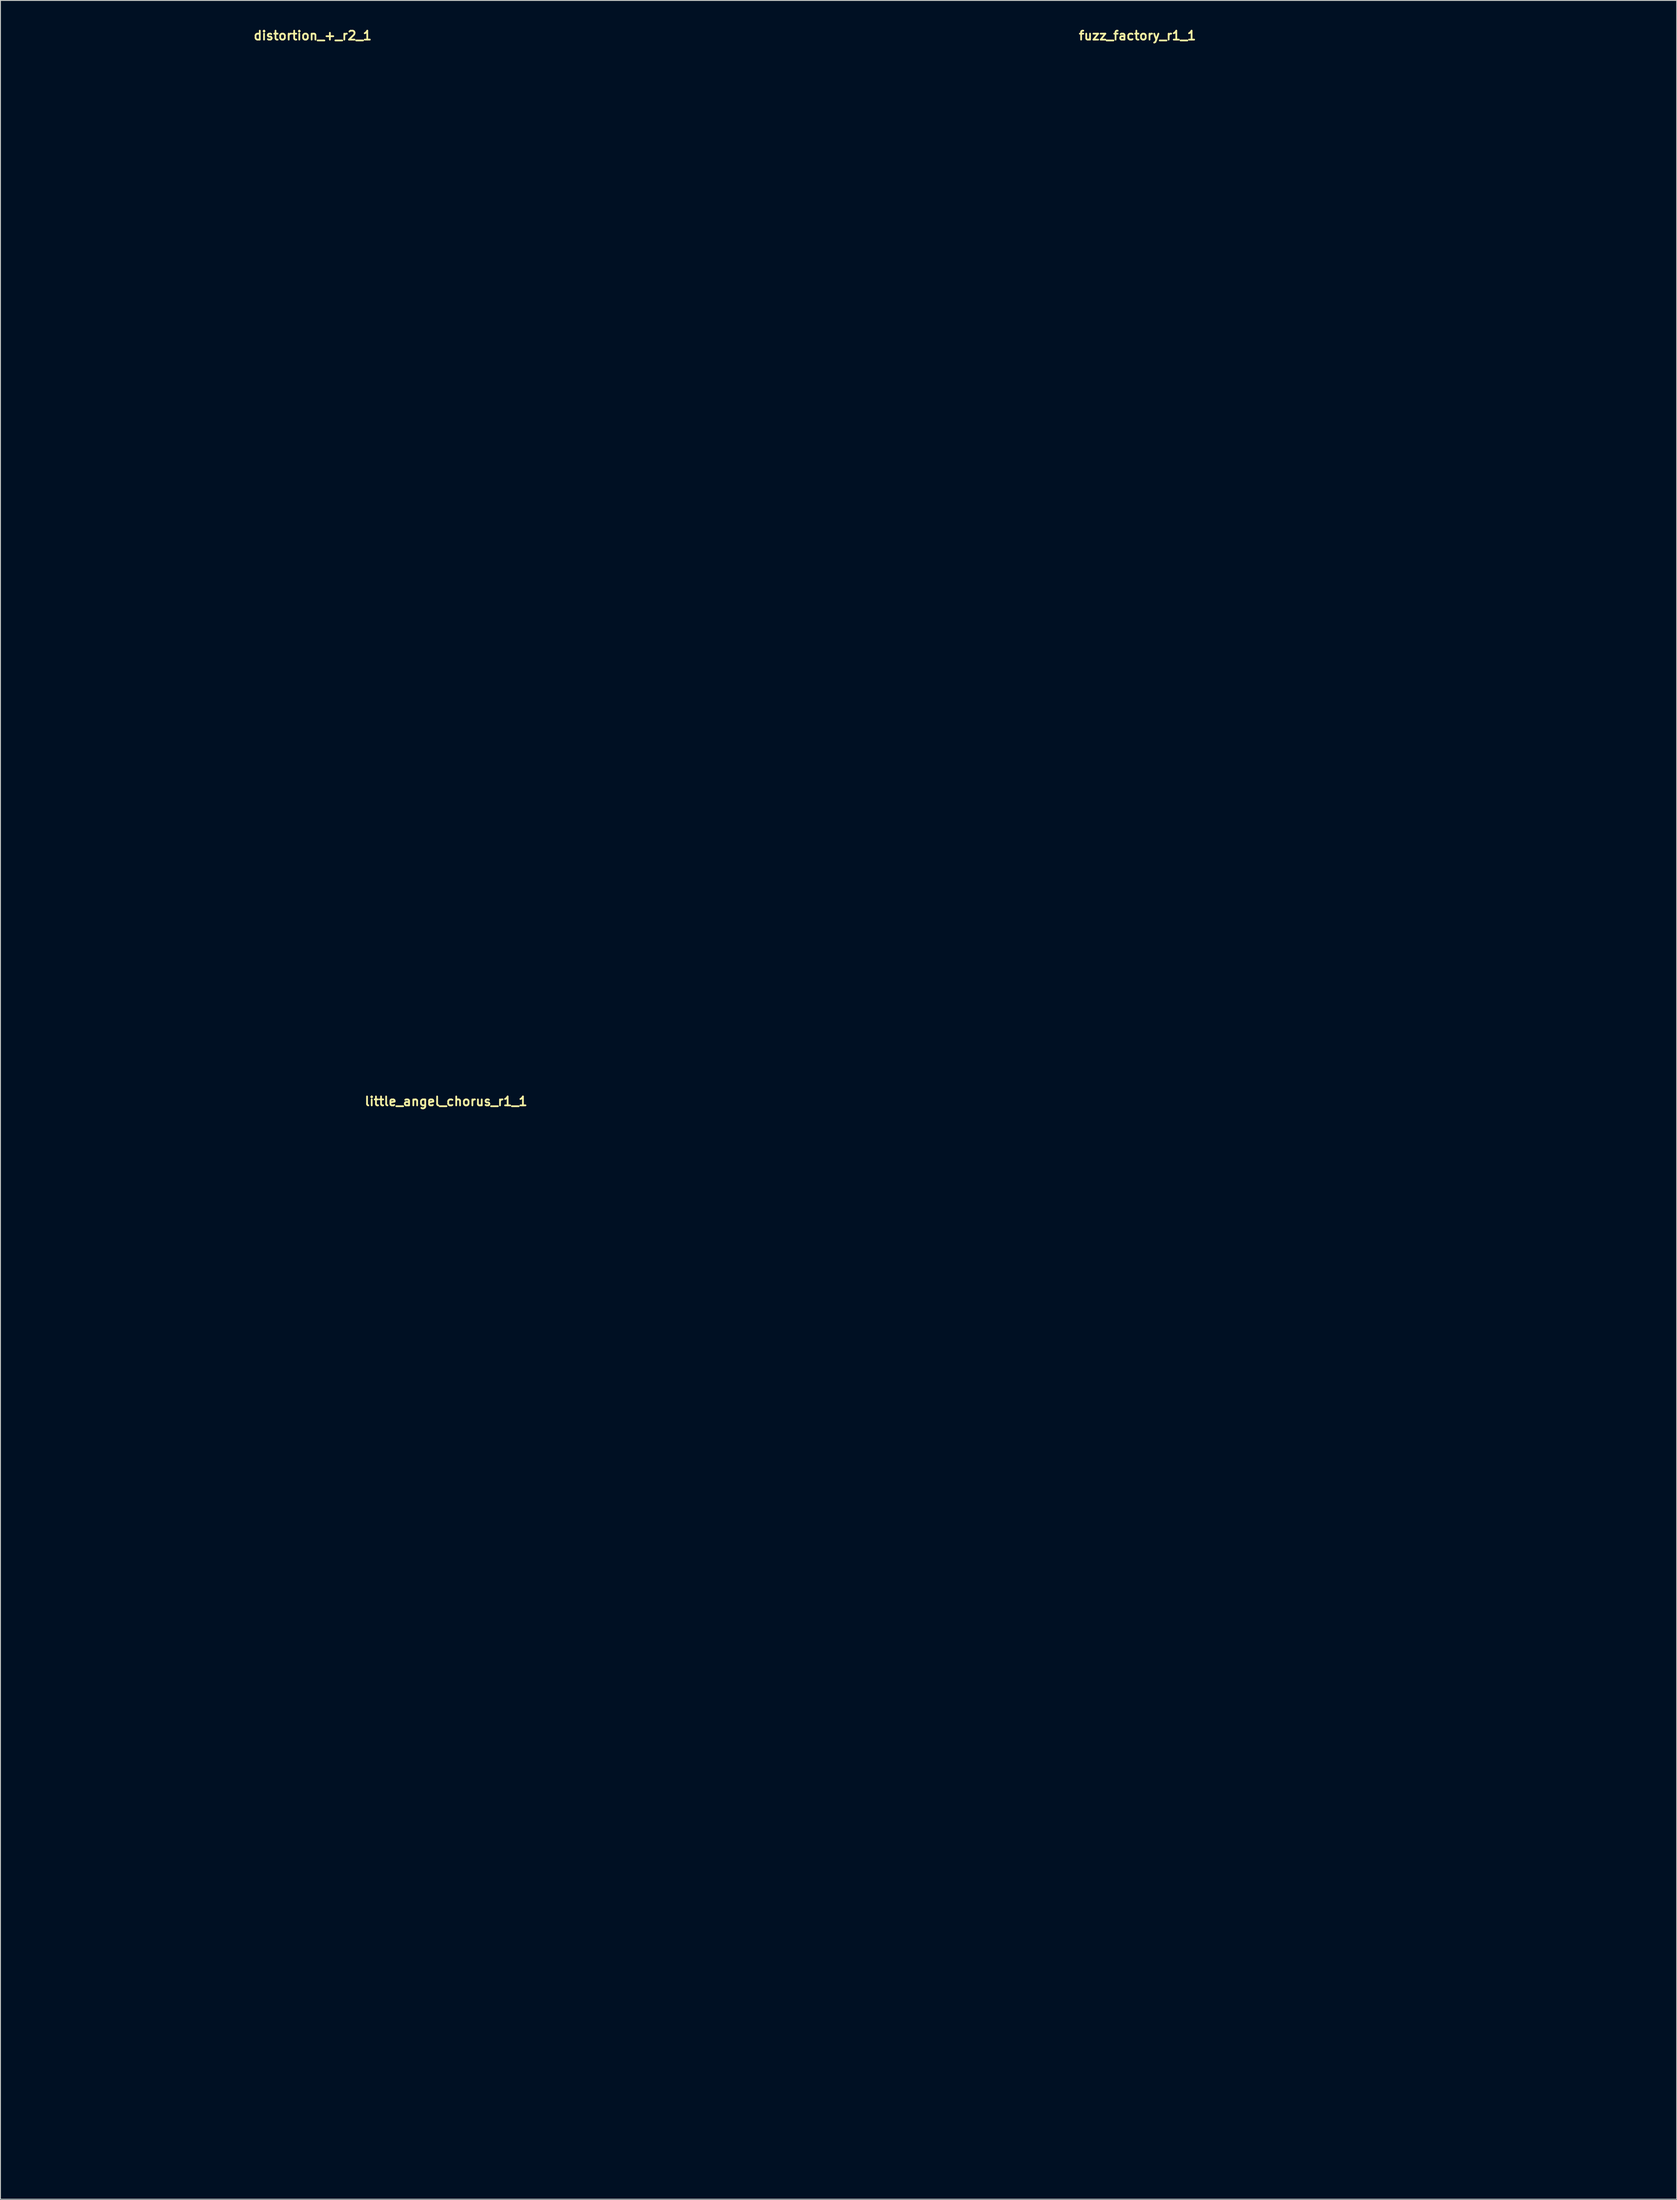
<source format=kicad_pcb>
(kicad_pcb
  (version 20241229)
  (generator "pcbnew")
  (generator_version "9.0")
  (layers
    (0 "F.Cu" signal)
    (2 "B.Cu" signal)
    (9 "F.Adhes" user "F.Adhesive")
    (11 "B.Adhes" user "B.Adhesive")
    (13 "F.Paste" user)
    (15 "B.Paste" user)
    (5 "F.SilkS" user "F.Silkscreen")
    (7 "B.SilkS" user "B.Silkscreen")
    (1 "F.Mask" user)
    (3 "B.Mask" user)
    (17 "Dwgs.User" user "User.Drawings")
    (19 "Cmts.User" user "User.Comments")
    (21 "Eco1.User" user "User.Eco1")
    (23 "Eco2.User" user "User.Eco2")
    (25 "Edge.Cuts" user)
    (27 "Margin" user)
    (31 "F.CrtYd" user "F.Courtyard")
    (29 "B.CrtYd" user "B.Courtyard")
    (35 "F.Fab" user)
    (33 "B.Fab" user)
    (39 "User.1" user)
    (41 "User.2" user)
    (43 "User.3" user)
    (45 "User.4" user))
  (footprint "little_angel_chorus_r1_1"
    (layer "F.Cu")
    (at 46.95 180.686)
    (property "Reference" "little_angel_chorus_r1_1" (at 0 -60.325 0) (layer "F.SilkS") (effects (font (size 1 1) (thickness 0.2))))
    (attr through_hole)
    (fp_line (start -46.75 -59.5) (end -46.75 59.5) (stroke (width 0.4) (type solid)) (layer "Eco1.User"))
    (fp_line (start -46.75 -59.5) (end 46.75 -59.5) (stroke (width 0.4) (type solid)) (layer "Eco1.User"))
    (fp_line (start -46.75 59.5) (end 46.75 59.5) (stroke (width 0.4) (type solid)) (layer "Eco1.User"))
    (fp_line (start -44.35 -57.1) (end -44.35 57.1) (stroke (width 0.4) (type solid)) (layer "Eco1.User"))
    (fp_line (start -44.35 -57.1) (end 44.35 -57.1) (stroke (width 0.4) (type solid)) (layer "Eco1.User"))
    (fp_line (start -44.35 57.1) (end 44.35 57.1) (stroke (width 0.4) (type solid)) (layer "Eco1.User"))
    (fp_line (start 44.35 -57.1) (end 44.35 57.1) (stroke (width 0.4) (type solid)) (layer "Eco1.User"))
    (fp_line (start 46.75 -59.5) (end 46.75 59.5) (stroke (width 0.4) (type solid)) (layer "Eco1.User"))
    (fp_circle (center -29.21 -26.51) (end -25.51 -26.51) (stroke (width 0.4) (type solid)) (fill no) (layer "Eco1.User"))
    (fp_circle (center -29.21 -26.51) (end -21.76 -26.51) (stroke (width 0.4) (type solid)) (fill no) (layer "Eco1.User"))
    (fp_circle (center -29.21 -19.01) (end -28.11 -19.01) (stroke (width 0.4) (type solid)) (fill no) (layer "Eco1.User"))
    (fp_circle (center -26.67 0) (end -20.17 0) (stroke (width 0.4) (type solid)) (fill no) (layer "Eco1.User"))
    (fp_circle (center 0 5.08) (end 2.65 5.08) (stroke (width 0.4) (type solid)) (fill no) (layer "Eco1.User"))
    (fp_circle (center 0 24.13) (end 6.5 24.13) (stroke (width 0.4) (type solid)) (fill no) (layer "Eco1.User"))
    (fp_circle (center 0 24.13) (end 9.75 24.13) (stroke (width 0.4) (type solid)) (fill no) (layer "Eco1.User"))
    (fp_circle (center 26.67 0) (end 33.17 0) (stroke (width 0.4) (type solid)) (fill no) (layer "Eco1.User"))
    (fp_circle (center 29.21 -26.51) (end 32.91 -26.51) (stroke (width 0.4) (type solid)) (fill no) (layer "Eco1.User"))
    (fp_circle (center 29.21 -26.51) (end 36.66 -26.51) (stroke (width 0.4) (type solid)) (fill no) (layer "Eco1.User"))
    (fp_circle (center 29.21 -19.01) (end 30.31 -19.01) (stroke (width 0.4) (type solid)) (fill no) (layer "Eco1.User"))
    (fp_line (start -46.75 -59.5) (end -46.75 59.5) (stroke (width 0.4) (type solid)) (layer "Eco2.User"))
    (fp_line (start -46.75 -59.5) (end 46.75 -59.5) (stroke (width 0.4) (type solid)) (layer "Eco2.User"))
    (fp_line (start -46.75 59.5) (end 46.75 59.5) (stroke (width 0.4) (type solid)) (layer "Eco2.User"))
    (fp_line (start 46.75 -59.5) (end 46.75 59.5) (stroke (width 0.4) (type solid)) (layer "Eco2.User"))
    (fp_text user "VIBE" (at -26.67 10.16 0) (unlocked yes) (layer "Eco2.User") (effects (font (size 3 3) (thickness 0.5))))
    (fp_text user "-ТТКРЧПДЛ-\nLITTLE ANGEL CHORUS\nREV. 1" (at 0 45.72 0) (unlocked yes) (layer "Eco2.User") (effects (font (size 3 3) (thickness 0.5))))
    (fp_text user "IN→" (at 41.91 24.13 0) (unlocked yes) (layer "Eco2.User") (effects (font (size 3 3) (thickness 0.5)) (justify right)))
    (fp_text user "SPACE/WARBLE" (at 26.67 -10.16 0) (unlocked yes) (layer "Eco2.User") (effects (font (size 3 3) (thickness 0.5))))
    (fp_text user "CHORUS" (at -26.67 -10.16 0) (unlocked yes) (layer "Eco2.User") (effects (font (size 3 3) (thickness 0.5))))
    (fp_text user "↑9V↑" (at 0 -52.705 0) (unlocked yes) (layer "Eco2.User") (effects (font (size 3 3) (thickness 0.5))))
    (fp_text user "NORMAL" (at 26.67 10.16 0) (unlocked yes) (layer "Eco2.User") (effects (font (size 3 3) (thickness 0.5))))
    (fp_text user "SPEED" (at 29.21 -37.465 0) (unlocked yes) (layer "Eco2.User") (effects (font (size 3 3) (thickness 0.5))))
    (fp_text user "←OUT" (at -41.91 24.13 0) (unlocked yes) (layer "Eco2.User") (effects (font (size 3 3) (thickness 0.5)) (justify left)))
    (fp_text user "DEPTH" (at -29.21 -37.465 0) (unlocked yes) (layer "Eco2.User") (effects (font (size 3 3) (thickness 0.5)))))
  (footprint "distortion_+_r2_1"
    (layer "F.Cu")
    (at 32 58.975)
    (property "Reference" "distortion_+_r2_1" (at 0 -58.039 0) (layer "F.SilkS") (effects (font (size 1 1) (thickness 0.2))))
    (attr through_hole)
    (fp_line (start -31.8 -57.25) (end -31.8 57.25) (stroke (width 0.4) (type solid)) (layer "Eco1.User"))
    (fp_line (start -31.8 -57.25) (end 31.8 -57.25) (stroke (width 0.4) (type solid)) (layer "Eco1.User"))
    (fp_line (start -31.8 57.25) (end 31.8 57.25) (stroke (width 0.4) (type solid)) (layer "Eco1.User"))
    (fp_line (start -30.45 -55.75) (end -30.45 55.75) (stroke (width 0.4) (type solid)) (layer "Eco1.User"))
    (fp_line (start -30.45 -55.75) (end 30.45 -55.75) (stroke (width 0.4) (type solid)) (layer "Eco1.User"))
    (fp_line (start -30.45 55.75) (end 30.45 55.75) (stroke (width 0.4) (type solid)) (layer "Eco1.User"))
    (fp_line (start 30.45 -55.75) (end 30.45 55.75) (stroke (width 0.4) (type solid)) (layer "Eco1.User"))
    (fp_line (start 31.8 -57.25) (end 31.8 57.25) (stroke (width 0.4) (type solid)) (layer "Eco1.User"))
    (fp_circle (center -16.51 -40.44) (end -12.81 -40.44) (stroke (width 0.4) (type solid)) (fill no) (layer "Eco1.User"))
    (fp_circle (center -16.51 -40.44) (end -3.96 -40.44) (stroke (width 0.4) (type solid)) (fill no) (layer "Eco1.User"))
    (fp_circle (center 0 -7.62) (end 2.65 -7.62) (stroke (width 0.4) (type solid)) (fill no) (layer "Eco1.User"))
    (fp_circle (center 0 19.05) (end 6.5 19.05) (stroke (width 0.4) (type solid)) (fill no) (layer "Eco1.User"))
    (fp_circle (center 0 19.05) (end 9.75 19.05) (stroke (width 0.4) (type solid)) (fill no) (layer "Eco1.User"))
    (fp_circle (center 16.51 -40.44) (end 20.21 -40.44) (stroke (width 0.4) (type solid)) (fill no) (layer "Eco1.User"))
    (fp_circle (center 16.51 -40.44) (end 29.06 -40.44) (stroke (width 0.4) (type solid)) (fill no) (layer "Eco1.User"))
    (fp_line (start -31.8 -57.25) (end -31.8 57.25) (stroke (width 0.4) (type solid)) (layer "Eco2.User"))
    (fp_line (start -31.8 -57.25) (end 31.8 -57.25) (stroke (width 0.4) (type solid)) (layer "Eco2.User"))
    (fp_line (start -31.8 57.25) (end 31.8 57.25) (stroke (width 0.4) (type solid)) (layer "Eco2.User"))
    (fp_line (start 31.8 -57.25) (end 31.8 57.25) (stroke (width 0.4) (type solid)) (layer "Eco2.User"))
    (fp_text user "DISTORTION" (at 16.51 -24.13 0) (unlocked yes) (layer "Eco2.User") (effects (font (size 3 3) (thickness 0.5))))
    (fp_text user "↑9V↑" (at 0 -51.435 0) (unlocked yes) (layer "Eco2.User") (effects (font (size 3 3) (thickness 0.5))))
    (fp_text user "←OUT" (at -28.575 1.27 0) (unlocked yes) (layer "Eco2.User") (effects (font (size 3 3) (thickness 0.5)) (justify left)))
    (fp_text user "IN→" (at 28.575 1.27 0) (unlocked yes) (layer "Eco2.User") (effects (font (size 3 3) (thickness 0.5)) (justify right)))
    (fp_text user "OUTPUT" (at -16.51 -24.13 0) (unlocked yes) (layer "Eco2.User") (effects (font (size 3 3) (thickness 0.5))))
    (fp_text user "-ТТКРЧПДЛ-\nDISTORTION +\nREV. 2" (at 0 42.545 0) (unlocked yes) (layer "Eco2.User") (effects (font (size 3 3) (thickness 0.5)))))
  (footprint "fuzz_factory_r1_1"
    (layer "F.Cu")
    (at 124.45 33.575)
    (property "Reference" "fuzz_factory_r1_1" (at 0 -32.639 0) (layer "F.SilkS") (effects (font (size 1 1) (thickness 0.2))))
    (attr through_hole)
    (fp_line (start -57.25 -31.8) (end -57.25 31.8) (stroke (width 0.4) (type solid)) (layer "Eco1.User"))
    (fp_line (start -57.25 -31.8) (end 57.25 -31.8) (stroke (width 0.4) (type solid)) (layer "Eco1.User"))
    (fp_line (start -57.25 31.8) (end 57.25 31.8) (stroke (width 0.4) (type solid)) (layer "Eco1.User"))
    (fp_line (start -55.75 -30.45) (end -55.75 30.45) (stroke (width 0.4) (type solid)) (layer "Eco1.User"))
    (fp_line (start -55.75 -30.45) (end 55.75 -30.45) (stroke (width 0.4) (type solid)) (layer "Eco1.User"))
    (fp_line (start -55.75 30.45) (end 55.75 30.45) (stroke (width 0.4) (type solid)) (layer "Eco1.User"))
    (fp_line (start 55.75 -30.45) (end 55.75 30.45) (stroke (width 0.4) (type solid)) (layer "Eco1.User"))
    (fp_line (start 57.25 -31.8) (end 57.25 31.8) (stroke (width 0.4) (type solid)) (layer "Eco1.User"))
    (fp_circle (center -43.18 -18.89) (end -39.48 -18.89) (stroke (width 0.4) (type solid)) (fill no) (layer "Eco1.User"))
    (fp_circle (center -43.18 -18.89) (end -35.73 -18.89) (stroke (width 0.4) (type solid)) (fill no) (layer "Eco1.User"))
    (fp_circle (center -43.18 -11.39) (end -42.08 -11.39) (stroke (width 0.4) (type solid)) (fill no) (layer "Eco1.User"))
    (fp_circle (center -43.18 -1.27) (end -40.53 -1.27) (stroke (width 0.4) (type solid)) (fill no) (layer "Eco1.User"))
    (fp_circle (center -21.59 -18.89) (end -17.89 -18.89) (stroke (width 0.4) (type solid)) (fill no) (layer "Eco1.User"))
    (fp_circle (center -21.59 -18.89) (end -14.14 -18.89) (stroke (width 0.4) (type solid)) (fill no) (layer "Eco1.User"))
    (fp_circle (center -21.59 -11.39) (end -20.49 -11.39) (stroke (width 0.4) (type solid)) (fill no) (layer "Eco1.User"))
    (fp_circle (center 0 -18.89) (end 3.7 -18.89) (stroke (width 0.4) (type solid)) (fill no) (layer "Eco1.User"))
    (fp_circle (center 0 -18.89) (end 7.45 -18.89) (stroke (width 0.4) (type solid)) (fill no) (layer "Eco1.User"))
    (fp_circle (center 0 -11.39) (end 1.1 -11.39) (stroke (width 0.4) (type solid)) (fill no) (layer "Eco1.User"))
    (fp_circle (center 0 20.32) (end 6.5 20.32) (stroke (width 0.4) (type solid)) (fill no) (layer "Eco1.User"))
    (fp_circle (center 0 20.32) (end 9.75 20.32) (stroke (width 0.4) (type solid)) (fill no) (layer "Eco1.User"))
    (fp_circle (center 21.59 -18.89) (end 25.29 -18.89) (stroke (width 0.4) (type solid)) (fill no) (layer "Eco1.User"))
    (fp_circle (center 21.59 -18.89) (end 29.04 -18.89) (stroke (width 0.4) (type solid)) (fill no) (layer "Eco1.User"))
    (fp_circle (center 21.59 -11.39) (end 22.69 -11.39) (stroke (width 0.4) (type solid)) (fill no) (layer "Eco1.User"))
    (fp_circle (center 43.18 -18.89) (end 46.88 -18.89) (stroke (width 0.4) (type solid)) (fill no) (layer "Eco1.User"))
    (fp_circle (center 43.18 -18.89) (end 50.63 -18.89) (stroke (width 0.4) (type solid)) (fill no) (layer "Eco1.User"))
    (fp_circle (center 43.18 -11.39) (end 44.28 -11.39) (stroke (width 0.4) (type solid)) (fill no) (layer "Eco1.User"))
    (fp_line (start -57.25 -31.8) (end -57.25 31.8) (stroke (width 0.4) (type solid)) (layer "Eco2.User"))
    (fp_line (start -57.25 -31.8) (end 57.25 -31.8) (stroke (width 0.4) (type solid)) (layer "Eco2.User"))
    (fp_line (start -57.25 31.8) (end 57.25 31.8) (stroke (width 0.4) (type solid)) (layer "Eco2.User"))
    (fp_line (start 57.25 -31.8) (end 57.25 31.8) (stroke (width 0.4) (type solid)) (layer "Eco2.User"))
    (fp_text user "9V→" (at 53.975 -1.27 0) (unlocked yes) (layer "Eco2.User") (effects (font (size 3 3) (thickness 0.5)) (justify right)))
    (fp_text user "IN→" (at 53.975 13.335 0) (unlocked yes) (layer "Eco2.User") (effects (font (size 3 3) (thickness 0.5)) (justify right)))
    (fp_text user "DRIVE" (at 21.59 -6.985 0) (unlocked yes) (layer "Eco2.User") (effects (font (size 3 3) (thickness 0.5))))
    (fp_text user "-ТТКРЧПДЛ-\nFUZZ FACTORY\nREV. 1" (at 0 3.175 0) (unlocked yes) (layer "Eco2.User") (effects (font (size 3 3) (thickness 0.5))))
    (fp_text user "VOL" (at -43.18 -6.985 0) (unlocked yes) (layer "Eco2.User") (effects (font (size 3 3) (thickness 0.5))))
    (fp_text user "STAB" (at 43.18 -6.985 0) (unlocked yes) (layer "Eco2.User") (effects (font (size 3 3) (thickness 0.5))))
    (fp_text user "COMP" (at 0 -6.985 0) (unlocked yes) (layer "Eco2.User") (effects (font (size 3 3) (thickness 0.5))))
    (fp_text user "GATE" (at -21.59 -6.985 0) (unlocked yes) (layer "Eco2.User") (effects (font (size 3 3) (thickness 0.5))))
    (fp_text user "←OUT" (at -53.975 13.335 0) (unlocked yes) (layer "Eco2.User") (effects (font (size 3 3) (thickness 0.5)) (justify left))))
  (gr_rect
    (start -3 -3)
    (end 184.9 243.386)
    (stroke (width 0.1) (type default))
    (fill no)
    (layer "Edge.Cuts")))
</source>
